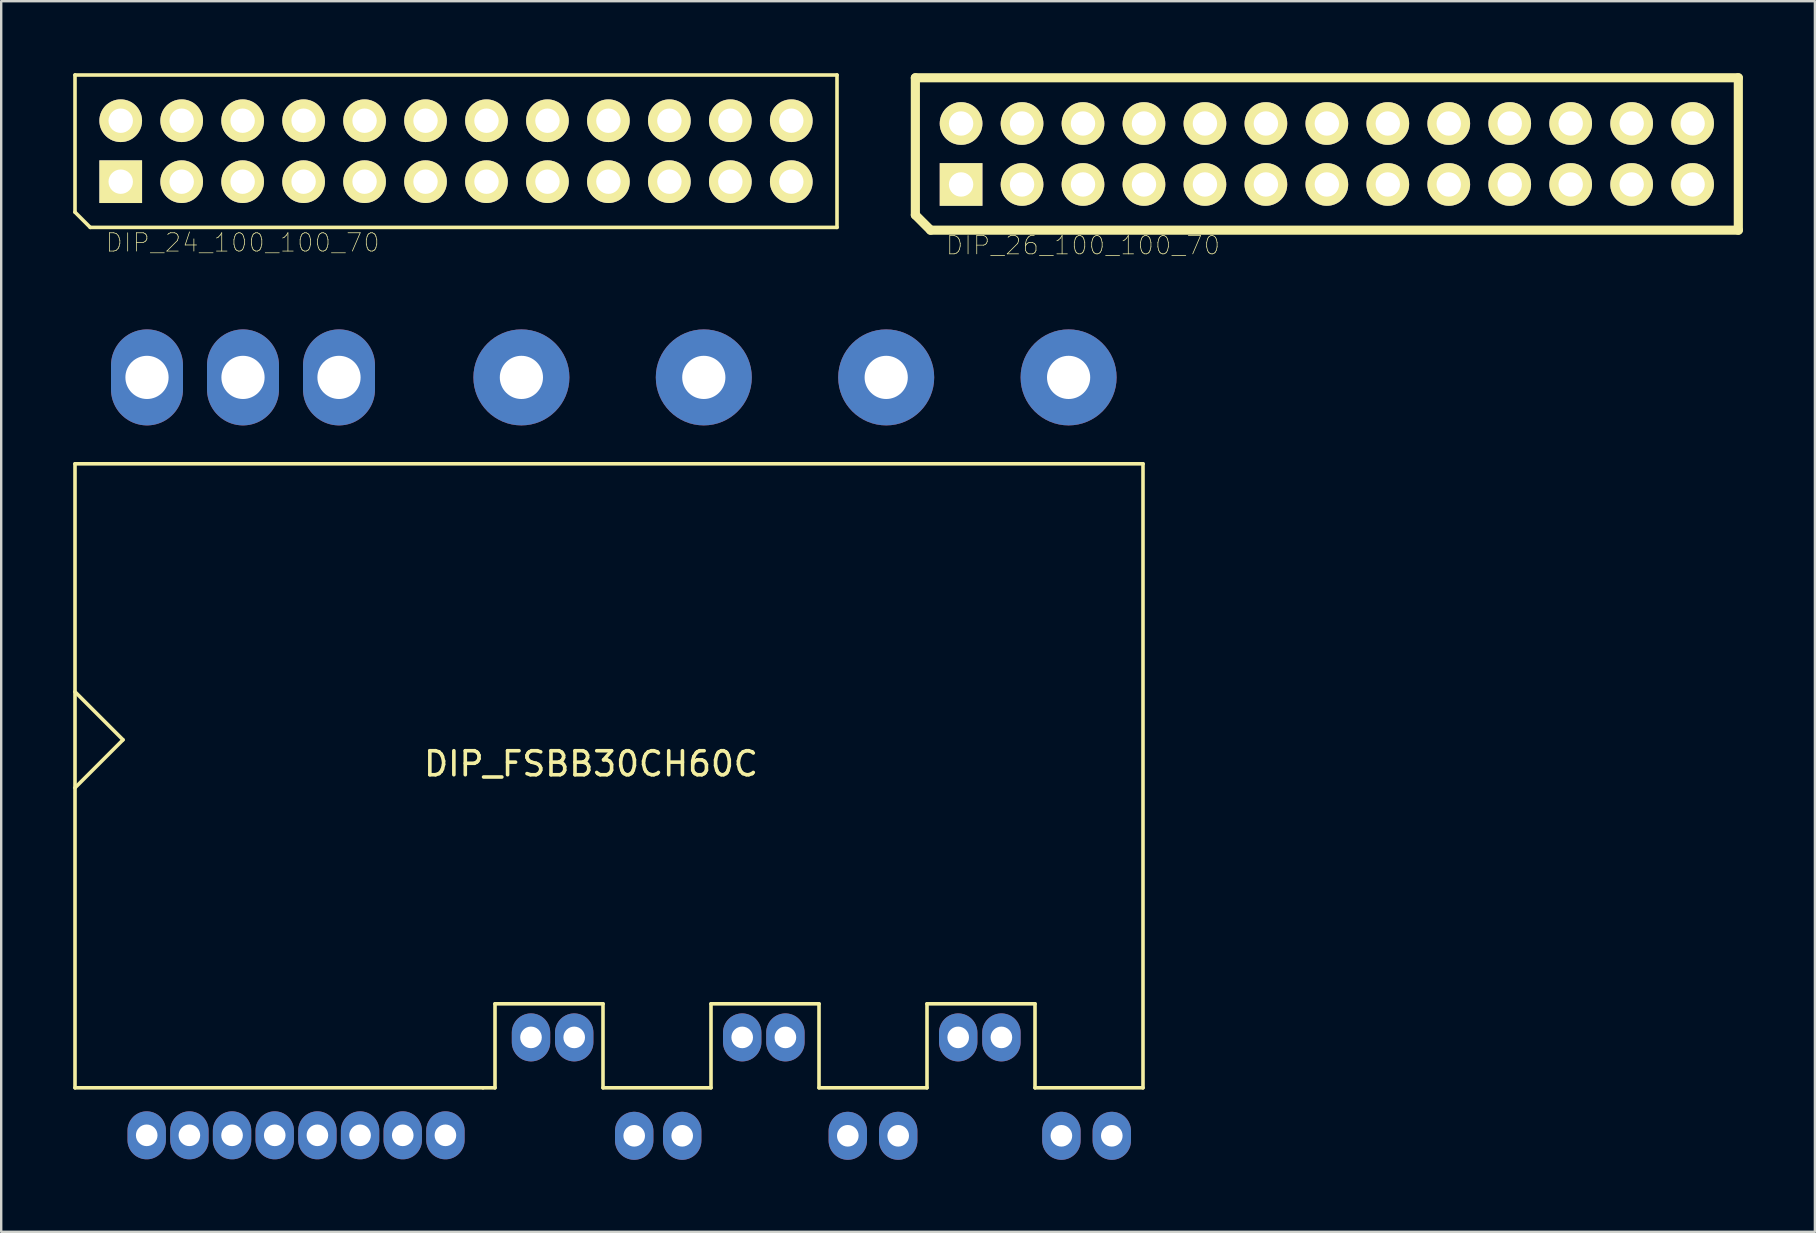
<source format=kicad_pcb>
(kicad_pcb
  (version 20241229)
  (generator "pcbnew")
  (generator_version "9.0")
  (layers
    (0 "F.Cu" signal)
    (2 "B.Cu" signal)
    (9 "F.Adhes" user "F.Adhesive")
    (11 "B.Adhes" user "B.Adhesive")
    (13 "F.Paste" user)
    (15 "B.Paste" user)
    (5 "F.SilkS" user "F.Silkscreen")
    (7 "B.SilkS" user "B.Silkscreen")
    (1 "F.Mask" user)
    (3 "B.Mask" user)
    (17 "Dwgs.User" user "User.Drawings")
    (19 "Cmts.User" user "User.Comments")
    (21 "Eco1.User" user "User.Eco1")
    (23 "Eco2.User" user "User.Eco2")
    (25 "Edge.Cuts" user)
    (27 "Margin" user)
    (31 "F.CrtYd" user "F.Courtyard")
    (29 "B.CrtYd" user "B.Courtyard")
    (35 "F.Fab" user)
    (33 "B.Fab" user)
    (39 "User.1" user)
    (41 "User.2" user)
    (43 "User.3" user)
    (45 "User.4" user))
  (footprint "DIP_FSBB30CH60C"
    (layer "F.Cu")
    (at 3.075 44.275)
    (property "Reference" "DIP_FSBB30CH60C" (at 18.5 -15.5 0) (layer "F.SilkS") (effects (font (size 1 1) (thickness 0.15))))
    (attr through_hole)
    (fp_line (start -3 -28) (end -3 -2) (stroke (width 0.15) (type solid)) (layer "F.SilkS"))
    (fp_line (start -3 -18.5) (end -1 -16.5) (stroke (width 0.15) (type solid)) (layer "F.SilkS"))
    (fp_line (start -3 -2) (end 14 -2) (stroke (width 0.15) (type solid)) (layer "F.SilkS"))
    (fp_line (start -1 -16.5) (end -3 -14.5) (stroke (width 0.15) (type solid)) (layer "F.SilkS"))
    (fp_line (start 14 -2) (end 14.5 -2) (stroke (width 0.15) (type solid)) (layer "F.SilkS"))
    (fp_line (start 14.5 -5.5) (end 19 -5.5) (stroke (width 0.15) (type solid)) (layer "F.SilkS"))
    (fp_line (start 14.5 -2) (end 14.5 -5.5) (stroke (width 0.15) (type solid)) (layer "F.SilkS"))
    (fp_line (start 19 -5.5) (end 19 -2) (stroke (width 0.15) (type solid)) (layer "F.SilkS"))
    (fp_line (start 19 -2) (end 23.5 -2) (stroke (width 0.15) (type solid)) (layer "F.SilkS"))
    (fp_line (start 23.5 -5.5) (end 28 -5.5) (stroke (width 0.15) (type solid)) (layer "F.SilkS"))
    (fp_line (start 23.5 -2) (end 23.5 -5.5) (stroke (width 0.15) (type solid)) (layer "F.SilkS"))
    (fp_line (start 28 -5.5) (end 28 -2) (stroke (width 0.15) (type solid)) (layer "F.SilkS"))
    (fp_line (start 28 -2) (end 32.5 -2) (stroke (width 0.15) (type solid)) (layer "F.SilkS"))
    (fp_line (start 32.5 -5.5) (end 37 -5.5) (stroke (width 0.15) (type solid)) (layer "F.SilkS"))
    (fp_line (start 32.5 -2) (end 32.5 -5.5) (stroke (width 0.15) (type solid)) (layer "F.SilkS"))
    (fp_line (start 37 -5.5) (end 37 -2) (stroke (width 0.15) (type solid)) (layer "F.SilkS"))
    (fp_line (start 37 -2) (end 41.5 -2) (stroke (width 0.15) (type solid)) (layer "F.SilkS"))
    (fp_line (start 41.5 -28) (end -3 -28) (stroke (width 0.15) (type solid)) (layer "F.SilkS"))
    (fp_line (start 41.5 -2) (end 41.5 -28) (stroke (width 0.15) (type solid)) (layer "F.SilkS"))
    (pad "1" thru_hole oval (at -0.012 -0.02) (size 1.6 2) (drill 0.9) (layers "*.Cu" "*.Mask"))
    (pad "2" thru_hole oval (at 1.766 -0.02) (size 1.6 2) (drill 0.9) (layers "*.Cu" "*.Mask"))
    (pad "3" thru_hole oval (at 3.544 -0.02) (size 1.6 2) (drill 0.9) (layers "*.Cu" "*.Mask"))
    (pad "4" thru_hole oval (at 5.322 -0.02) (size 1.6 2) (drill 0.9) (layers "*.Cu" "*.Mask"))
    (pad "5" thru_hole oval (at 7.1 -0.02) (size 1.6 2) (drill 0.9) (layers "*.Cu" "*.Mask"))
    (pad "6" thru_hole oval (at 8.878 -0.02) (size 1.6 2) (drill 0.9) (layers "*.Cu" "*.Mask"))
    (pad "7" thru_hole oval (at 10.656 -0.02) (size 1.6 2) (drill 0.9) (layers "*.Cu" "*.Mask"))
    (pad "8" thru_hole oval (at 12.434 -0.02) (size 1.6 2) (drill 0.9) (layers "*.Cu" "*.Mask"))
    (pad "9" thru_hole oval (at 16 -4.1) (size 1.6 2) (drill 0.9) (layers "*.Cu" "*.Mask"))
    (pad "10" thru_hole oval (at 17.8 -4.1) (size 1.6 2) (drill 0.9) (layers "*.Cu" "*.Mask"))
    (pad "11" thru_hole oval (at 20.3 0) (size 1.6 2) (drill 0.9) (layers "*.Cu" "*.Mask"))
    (pad "12" thru_hole oval (at 22.3 0) (size 1.6 2) (drill 0.9) (layers "*.Cu" "*.Mask"))
    (pad "13" thru_hole oval (at 24.8 -4.1) (size 1.6 2) (drill 0.9) (layers "*.Cu" "*.Mask"))
    (pad "14" thru_hole oval (at 26.6 -4.1) (size 1.6 2) (drill 0.9) (layers "*.Cu" "*.Mask"))
    (pad "15" thru_hole oval (at 29.2 0) (size 1.6 2) (drill 0.9) (layers "*.Cu" "*.Mask"))
    (pad "16" thru_hole oval (at 31.3 0) (size 1.6 2) (drill 0.9) (layers "*.Cu" "*.Mask"))
    (pad "17" thru_hole oval (at 33.8 -4.1) (size 1.6 2) (drill 0.9) (layers "*.Cu" "*.Mask"))
    (pad "18" thru_hole oval (at 35.6 -4.1) (size 1.6 2) (drill 0.9) (layers "*.Cu" "*.Mask"))
    (pad "19" thru_hole oval (at 38.1 0) (size 1.6 2) (drill 0.9) (layers "*.Cu" "*.Mask"))
    (pad "20" thru_hole oval (at 40.2 0) (size 1.6 2) (drill 0.9) (layers "*.Cu" "*.Mask"))
    (pad "21" thru_hole oval (at 0 -31.6) (size 3 4) (drill 1.8) (layers "*.Cu" "*.Mask"))
    (pad "22" thru_hole oval (at 4 -31.6) (size 3 4) (drill 1.8) (layers "*.Cu" "*.Mask"))
    (pad "23" thru_hole oval (at 8 -31.6) (size 3 4) (drill 1.8) (layers "*.Cu" "*.Mask"))
    (pad "24" thru_hole circle (at 15.6 -31.6) (size 4 4) (drill 1.8) (layers "*.Cu" "*.Mask"))
    (pad "25" thru_hole circle (at 23.2 -31.6) (size 4 4) (drill 1.8) (layers "*.Cu" "*.Mask"))
    (pad "26" thru_hole circle (at 30.8 -31.6) (size 4 4) (drill 1.8) (layers "*.Cu" "*.Mask"))
    (pad "27" thru_hole circle (at 38.4 -31.6) (size 4 4) (drill 1.8) (layers "*.Cu" "*.Mask")))
  (footprint "DIP_26_100_100_70"
    (layer "F.Cu")
    (at 36.995 4.636)
    (property "Reference" "DIP_26_100_100_70" (at 5.08 2.54 0) (layer "F.SilkS") (effects (font (size 0.762 0.762) (thickness 0.03))))
    (attr through_hole)
    (fp_line (start -1.905 -4.445) (end -1.905 1.27) (stroke (width 0.381) (type solid)) (layer "F.SilkS"))
    (fp_line (start -1.905 1.27) (end -1.27 1.905) (stroke (width 0.381) (type solid)) (layer "F.SilkS"))
    (fp_line (start -1.27 1.905) (end 32.385 1.905) (stroke (width 0.381) (type solid)) (layer "F.SilkS"))
    (fp_line (start 32.385 -4.445) (end -1.905 -4.445) (stroke (width 0.381) (type solid)) (layer "F.SilkS"))
    (fp_line (start 32.385 1.905) (end 32.385 -4.445) (stroke (width 0.381) (type solid)) (layer "F.SilkS"))
    (pad "1" thru_hole rect (at 0 0) (size 1.778 1.778) (drill 1.016) (layers "*.Cu" "*.Mask" "F.SilkS"))
    (pad "2" thru_hole circle (at 0 -2.54) (size 1.778 1.778) (drill 1.016) (layers "*.Cu" "*.Mask" "F.SilkS"))
    (pad "3" thru_hole circle (at 2.54 0) (size 1.778 1.778) (drill 1.016) (layers "*.Cu" "*.Mask" "F.SilkS"))
    (pad "4" thru_hole circle (at 2.54 -2.54) (size 1.778 1.778) (drill 1.016) (layers "*.Cu" "*.Mask" "F.SilkS"))
    (pad "5" thru_hole circle (at 5.08 0) (size 1.778 1.778) (drill 1.016) (layers "*.Cu" "*.Mask" "F.SilkS"))
    (pad "6" thru_hole circle (at 5.08 -2.54) (size 1.778 1.778) (drill 1.016) (layers "*.Cu" "*.Mask" "F.SilkS"))
    (pad "7" thru_hole circle (at 7.62 0) (size 1.778 1.778) (drill 1.016) (layers "*.Cu" "*.Mask" "F.SilkS"))
    (pad "8" thru_hole circle (at 7.62 -2.54) (size 1.778 1.778) (drill 1.016) (layers "*.Cu" "*.Mask" "F.SilkS"))
    (pad "9" thru_hole circle (at 10.16 0) (size 1.778 1.778) (drill 1.016) (layers "*.Cu" "*.Mask" "F.SilkS"))
    (pad "10" thru_hole circle (at 10.16 -2.54) (size 1.778 1.778) (drill 1.016) (layers "*.Cu" "*.Mask" "F.SilkS"))
    (pad "11" thru_hole circle (at 12.7 0) (size 1.778 1.778) (drill 1.016) (layers "*.Cu" "*.Mask" "F.SilkS"))
    (pad "12" thru_hole circle (at 12.7 -2.54) (size 1.778 1.778) (drill 1.016) (layers "*.Cu" "*.Mask" "F.SilkS"))
    (pad "13" thru_hole circle (at 15.24 0) (size 1.778 1.778) (drill 1.016) (layers "*.Cu" "*.Mask" "F.SilkS"))
    (pad "14" thru_hole circle (at 15.24 -2.54) (size 1.778 1.778) (drill 1.016) (layers "*.Cu" "*.Mask" "F.SilkS"))
    (pad "15" thru_hole circle (at 17.78 0) (size 1.778 1.778) (drill 1.016) (layers "*.Cu" "*.Mask" "F.SilkS"))
    (pad "16" thru_hole circle (at 17.78 -2.54) (size 1.778 1.778) (drill 1.016) (layers "*.Cu" "*.Mask" "F.SilkS"))
    (pad "17" thru_hole circle (at 20.32 0) (size 1.778 1.778) (drill 1.016) (layers "*.Cu" "*.Mask" "F.SilkS"))
    (pad "18" thru_hole circle (at 20.32 -2.54) (size 1.778 1.778) (drill 1.016) (layers "*.Cu" "*.Mask" "F.SilkS"))
    (pad "19" thru_hole circle (at 22.86 0) (size 1.778 1.778) (drill 1.016) (layers "*.Cu" "*.Mask" "F.SilkS"))
    (pad "20" thru_hole circle (at 22.86 -2.54) (size 1.778 1.778) (drill 1.016) (layers "*.Cu" "*.Mask" "F.SilkS"))
    (pad "21" thru_hole circle (at 25.4 0) (size 1.778 1.778) (drill 1.016) (layers "*.Cu" "*.Mask" "F.SilkS"))
    (pad "22" thru_hole circle (at 25.4 -2.54) (size 1.778 1.778) (drill 1.016) (layers "*.Cu" "*.Mask" "F.SilkS"))
    (pad "23" thru_hole circle (at 27.94 0) (size 1.778 1.778) (drill 1.016) (layers "*.Cu" "*.Mask" "F.SilkS"))
    (pad "24" thru_hole circle (at 27.94 -2.54) (size 1.778 1.778) (drill 1.016) (layers "*.Cu" "*.Mask" "F.SilkS"))
    (pad "25" thru_hole circle (at 30.48 0) (size 1.778 1.778) (drill 1.016) (layers "*.Cu" "*.Mask" "F.SilkS"))
    (pad "26" thru_hole circle (at 30.48 -2.54) (size 1.778 1.778) (drill 1.016) (layers "*.Cu" "*.Mask" "F.SilkS")))
  (footprint "DIP_24_100_100_70"
    (layer "F.Cu")
    (at 1.98 4.52)
    (property "Reference" "DIP_24_100_100_70" (at 5.08 2.54 0) (layer "F.SilkS") (effects (font (size 0.762 0.762) (thickness 0.03))))
    (attr through_hole)
    (fp_line (start -1.905 -4.445) (end -1.905 1.27) (stroke (width 0.15) (type solid)) (layer "F.SilkS"))
    (fp_line (start -1.905 1.27) (end -1.27 1.905) (stroke (width 0.15) (type solid)) (layer "F.SilkS"))
    (fp_line (start -1.27 1.905) (end 29.845 1.905) (stroke (width 0.15) (type solid)) (layer "F.SilkS"))
    (fp_line (start 29.845 -4.445) (end -1.905 -4.445) (stroke (width 0.15) (type solid)) (layer "F.SilkS"))
    (fp_line (start 29.845 -4.445) (end 29.845 1.905) (stroke (width 0.15) (type solid)) (layer "F.SilkS"))
    (pad "1" thru_hole rect (at 0 0) (size 1.778 1.778) (drill 1.016) (layers "*.Cu" "*.Mask" "F.SilkS"))
    (pad "2" thru_hole circle (at 0 -2.54) (size 1.778 1.778) (drill 1.016) (layers "*.Cu" "*.Mask" "F.SilkS"))
    (pad "3" thru_hole circle (at 2.54 0) (size 1.778 1.778) (drill 1.016) (layers "*.Cu" "*.Mask" "F.SilkS"))
    (pad "4" thru_hole circle (at 2.54 -2.54) (size 1.778 1.778) (drill 1.016) (layers "*.Cu" "*.Mask" "F.SilkS"))
    (pad "5" thru_hole circle (at 5.08 0) (size 1.778 1.778) (drill 1.016) (layers "*.Cu" "*.Mask" "F.SilkS"))
    (pad "6" thru_hole circle (at 5.08 -2.54) (size 1.778 1.778) (drill 1.016) (layers "*.Cu" "*.Mask" "F.SilkS"))
    (pad "7" thru_hole circle (at 7.62 0) (size 1.778 1.778) (drill 1.016) (layers "*.Cu" "*.Mask" "F.SilkS"))
    (pad "8" thru_hole circle (at 7.62 -2.54) (size 1.778 1.778) (drill 1.016) (layers "*.Cu" "*.Mask" "F.SilkS"))
    (pad "9" thru_hole circle (at 10.16 0) (size 1.778 1.778) (drill 1.016) (layers "*.Cu" "*.Mask" "F.SilkS"))
    (pad "10" thru_hole circle (at 10.16 -2.54) (size 1.778 1.778) (drill 1.016) (layers "*.Cu" "*.Mask" "F.SilkS"))
    (pad "11" thru_hole circle (at 12.7 0) (size 1.778 1.778) (drill 1.016) (layers "*.Cu" "*.Mask" "F.SilkS"))
    (pad "12" thru_hole circle (at 12.7 -2.54) (size 1.778 1.778) (drill 1.016) (layers "*.Cu" "*.Mask" "F.SilkS"))
    (pad "13" thru_hole circle (at 15.24 0) (size 1.778 1.778) (drill 1.016) (layers "*.Cu" "*.Mask" "F.SilkS"))
    (pad "14" thru_hole circle (at 15.24 -2.54) (size 1.778 1.778) (drill 1.016) (layers "*.Cu" "*.Mask" "F.SilkS"))
    (pad "15" thru_hole circle (at 17.78 0) (size 1.778 1.778) (drill 1.016) (layers "*.Cu" "*.Mask" "F.SilkS"))
    (pad "16" thru_hole circle (at 17.78 -2.54) (size 1.778 1.778) (drill 1.016) (layers "*.Cu" "*.Mask" "F.SilkS"))
    (pad "17" thru_hole circle (at 20.32 0) (size 1.778 1.778) (drill 1.016) (layers "*.Cu" "*.Mask" "F.SilkS"))
    (pad "18" thru_hole circle (at 20.32 -2.54) (size 1.778 1.778) (drill 1.016) (layers "*.Cu" "*.Mask" "F.SilkS"))
    (pad "19" thru_hole circle (at 22.86 0) (size 1.778 1.778) (drill 1.016) (layers "*.Cu" "*.Mask" "F.SilkS"))
    (pad "20" thru_hole circle (at 22.86 -2.54) (size 1.778 1.778) (drill 1.016) (layers "*.Cu" "*.Mask" "F.SilkS"))
    (pad "21" thru_hole circle (at 25.4 0) (size 1.778 1.778) (drill 1.016) (layers "*.Cu" "*.Mask" "F.SilkS"))
    (pad "22" thru_hole circle (at 25.4 -2.54) (size 1.778 1.778) (drill 1.016) (layers "*.Cu" "*.Mask" "F.SilkS"))
    (pad "23" thru_hole circle (at 27.94 0) (size 1.778 1.778) (drill 1.016) (layers "*.Cu" "*.Mask" "F.SilkS"))
    (pad "24" thru_hole circle (at 27.94 -2.54) (size 1.778 1.778) (drill 1.016) (layers "*.Cu" "*.Mask" "F.SilkS")))
  (gr_rect
    (start -3 -3)
    (end 72.571 48.275)
    (stroke (width 0.1) (type default))
    (fill no)
    (layer "Edge.Cuts")))
</source>
